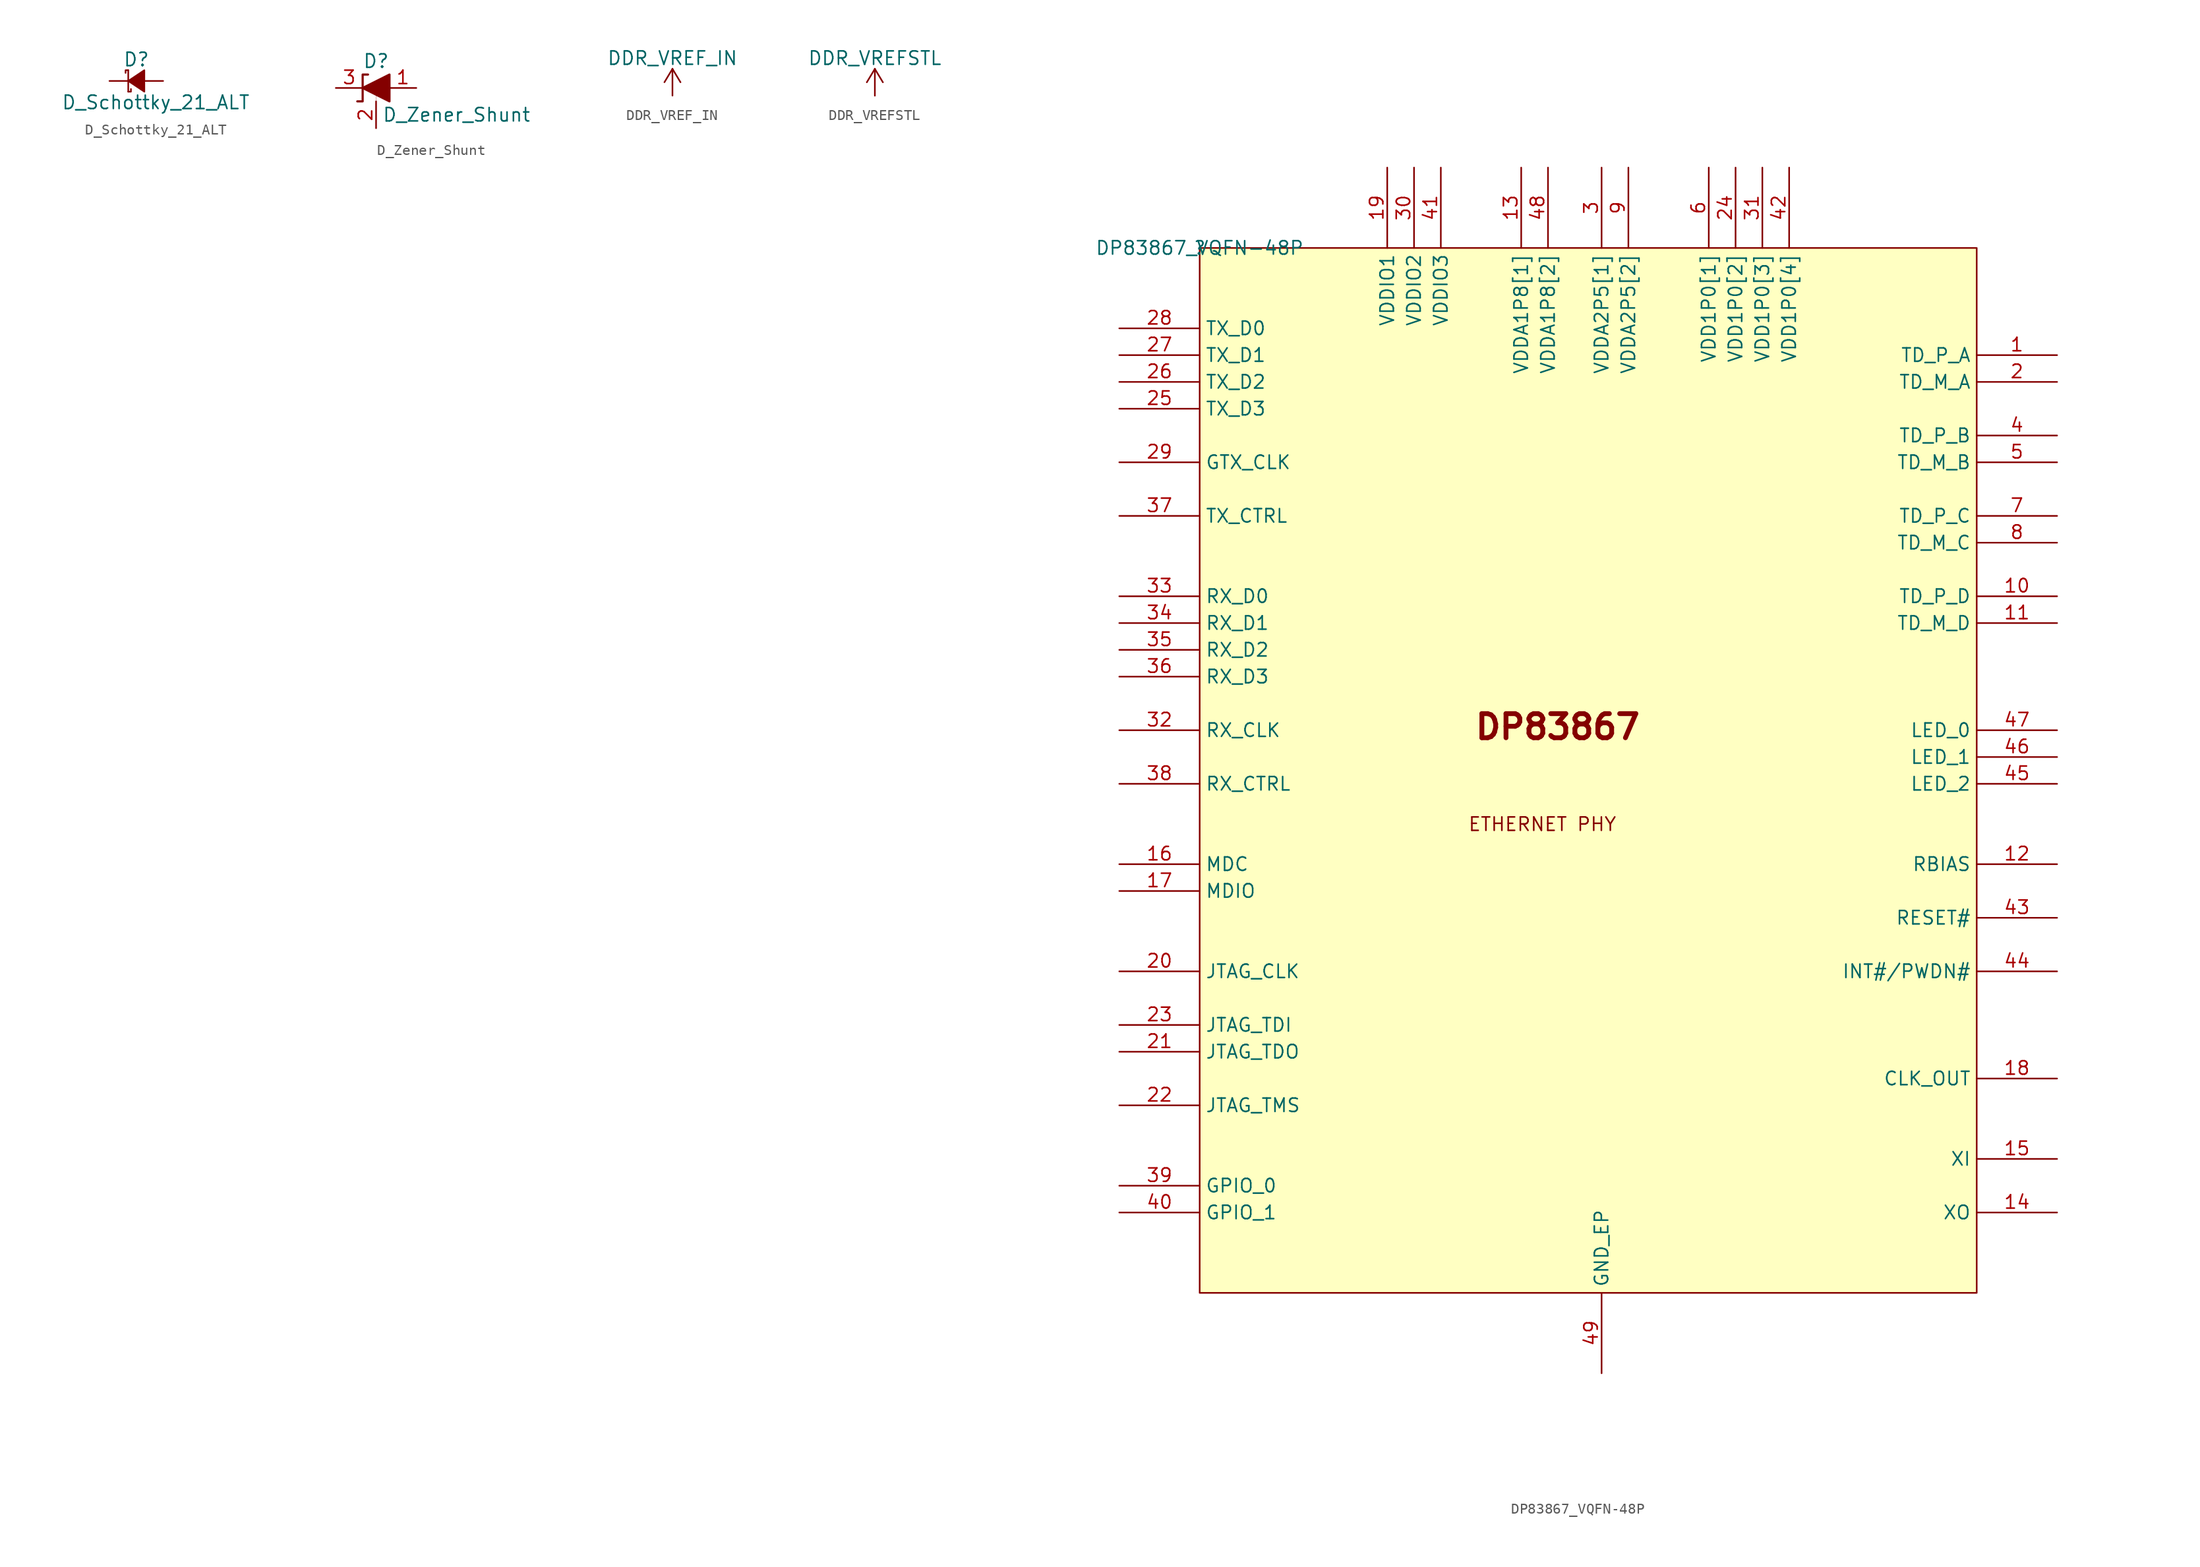
<source format=kicad_sym>
(kicad_symbol_lib
  (version 20201005)
  (generator kicad_symbol_editor)
  (symbol "beaglebone-ai:D_Schottky_21_ALT"
    (pin_numbers hide)
    (pin_names
      (offset 0.254) hide)
    (property "Reference" "D"
      (at -1.27 2.032 0)
      (effects (font (size 1.27 1.27)) (justify left)))
    (property "Value" "D_Schottky_21_ALT"
      (at -7.112 -2.032 0)
      (effects (font (size 1.27 1.27)) (justify left)))
    (symbol "D_Schottky_21_ALT_0_1"
      (polyline (pts (xy -0.762 -1.016) (xy -0.762 1.016)) (stroke (width 0)) (fill (type none)))
      (polyline (pts (xy -0.762 0) (xy 0.762 0)) (stroke (width 0)) (fill (type none)))
      (polyline (pts (xy -0.762 -1.016) (xy -0.508 -1.016) (xy -0.508 -0.762)) (stroke (width 0)) (fill (type none)))
      (polyline (pts (xy -0.762 1.016) (xy -1.016 1.016) (xy -1.016 0.762)) (stroke (width 0)) (fill (type none)))
      (polyline (pts (xy 0.762 -1.016) (xy -0.762 0) (xy 0.762 1.016) (xy 0.762 -1.016)) (stroke (width 0)) (fill (type outline))))
    (symbol "D_Schottky_21_ALT_1_1"
      (pin passive line (at -2.54 0 0) (length 1.778) (name "K" (effects (font (size 1.27 1.27)))) (number "2" (effects (font (size 1.27 1.27)))))
      (pin passive line (at 2.54 0 180) (length 1.778) (name "A" (effects (font (size 1.27 1.27)))) (number "1" (effects (font (size 1.27 1.27)))))))
  (symbol "beaglebone-ai:D_Zener_Shunt"
    (pin_names
      (offset 1.016) hide)
    (property "Reference" "D"
      (at 0 2.54 0)
      (effects (font (size 1.27 1.27))))
    (property "Value" "D_Zener_Shunt"
      (at 7.62 -2.54 0)
      (effects (font (size 1.27 1.27))))
    (symbol "D_Zener_Shunt_0_1"
      (polyline (pts (xy 1.27 0) (xy -1.27 0)) (stroke (width 0)) (fill (type none)))
      (polyline (pts (xy -1.778 -1.27) (xy -1.27 -1.27) (xy -1.27 1.27) (xy -0.762 1.27)) (stroke (width 0.203)) (fill (type none)))
      (polyline (pts (xy 1.27 -1.27) (xy 1.27 1.27) (xy -1.27 0) (xy 1.27 -1.27)) (stroke (width 0.203)) (fill (type outline)))
      (polyline (pts (xy 0 -1.27) (xy 0 0)) (stroke (width 0.001)) (fill (type none))))
    (symbol "D_Zener_Shunt_1_1"
      (pin passive line (at -3.81 0 0) (length 2.54) (name "K" (effects (font (size 1.27 1.27)))) (number "3" (effects (font (size 1.27 1.27)))))
      (pin passive line (at 3.81 0 180) (length 2.54) (name "A" (effects (font (size 1.27 1.27)))) (number "1" (effects (font (size 1.27 1.27)))))
      (pin passive line (at 0 -3.81 90) (length 2.54) (name "REF" (effects (font (size 1.27 1.27)))) (number "2" (effects (font (size 1.27 1.27)))))))
  (symbol "beaglebone-ai:DDR_VREF_IN"
    (power)
    (pin_names
      (offset 0))
    (property "Reference" "#PWR"
      (at 0 -3.81 0)
      (effects (font (size 1.27 1.27)) hide))
    (property "Value" "DDR_VREF_IN"
      (at 0 3.556 0)
      (effects (font (size 1.27 1.27))))
    (symbol "DDR_VREF_IN_0_1"
      (polyline (pts (xy -0.762 1.27) (xy 0 2.54)) (stroke (width 0)) (fill (type none)))
      (polyline (pts (xy 0 0) (xy 0 2.54)) (stroke (width 0)) (fill (type none)))
      (polyline (pts (xy 0 2.54) (xy 0.762 1.27)) (stroke (width 0)) (fill (type none))))
    (symbol "DDR_VREF_IN_1_1"
      (pin power_in line (at 0 0 90) (length 0) hide (name "VDD_VREF_IN" (effects (font (size 1.27 1.27)))) (number "1" (effects (font (size 1.27 1.27)))))))
  (symbol "beaglebone-ai:DDR_VREFSTL"
    (power)
    (pin_names
      (offset 0))
    (property "Reference" "#PWR"
      (at 0 -3.81 0)
      (effects (font (size 1.27 1.27)) hide))
    (property "Value" "DDR_VREFSTL"
      (at 0 3.556 0)
      (effects (font (size 1.27 1.27))))
    (symbol "DDR_VREFSTL_0_1"
      (polyline (pts (xy -0.762 1.27) (xy 0 2.54)) (stroke (width 0)) (fill (type none)))
      (polyline (pts (xy 0 0) (xy 0 2.54)) (stroke (width 0)) (fill (type none)))
      (polyline (pts (xy 0 2.54) (xy 0.762 1.27)) (stroke (width 0)) (fill (type none))))
    (symbol "DDR_VREFSTL_1_1"
      (pin power_in line (at 0 0 90) (length 0) hide (name "DDR_VREFSTL" (effects (font (size 1.27 1.27)))) (number "1" (effects (font (size 1.27 1.27)))))))
  (symbol "beaglebone-ai:DP83867_VQFN-48P"
    (property "Reference" ""
      (at 0 0 0)
      (effects (font (size 1.27 1.27))))
    (property "Value" "DP83867_VQFN-48P"
      (at 0 0 0)
      (effects (font (size 1.27 1.27))))
    (symbol "DP83867_VQFN-48P_1_0"
      (text "DP83867" (at 25.908 -46.736 0) (effects (font (size 2.286 2.286) bold) (justify left bottom)))
      (text "ETHERNET PHY" (at 25.4 -55.372 0) (effects (font (size 1.27 1.27)) (justify left bottom)))
      (rectangle (start 73.66 0) (end 0 -99.06) (stroke (width 0)) (fill (type background)))
      (pin input line (at -7.62 -15.24 0) (length 7.62) (name "TX_D3" (effects (font (size 1.27 1.27)))) (number "25" (effects (font (size 1.27 1.27)))))
      (pin input line (at -7.62 -12.7 0) (length 7.62) (name "TX_D2" (effects (font (size 1.27 1.27)))) (number "26" (effects (font (size 1.27 1.27)))))
      (pin input line (at -7.62 -10.16 0) (length 7.62) (name "TX_D1" (effects (font (size 1.27 1.27)))) (number "27" (effects (font (size 1.27 1.27)))))
      (pin input line (at -7.62 -7.62 0) (length 7.62) (name "TX_D0" (effects (font (size 1.27 1.27)))) (number "28" (effects (font (size 1.27 1.27)))))
      (pin input line (at -7.62 -20.32 0) (length 7.62) (name "GTX_CLK" (effects (font (size 1.27 1.27)))) (number "29" (effects (font (size 1.27 1.27)))))
      (pin output line (at -7.62 -45.72 0) (length 7.62) (name "RX_CLK" (effects (font (size 1.27 1.27)))) (number "32" (effects (font (size 1.27 1.27)))))
      (pin input line (at -7.62 -25.4 0) (length 7.62) (name "TX_CTRL" (effects (font (size 1.27 1.27)))) (number "37" (effects (font (size 1.27 1.27)))))
      (pin output line (at -7.62 -50.8 0) (length 7.62) (name "RX_CTRL" (effects (font (size 1.27 1.27)))) (number "38" (effects (font (size 1.27 1.27)))))
      (pin input line (at 81.28 -86.36 180) (length 7.62) (name "XI" (effects (font (size 1.27 1.27)))) (number "15" (effects (font (size 1.27 1.27)))))
      (pin output line (at 81.28 -91.44 180) (length 7.62) (name "XO" (effects (font (size 1.27 1.27)))) (number "14" (effects (font (size 1.27 1.27)))))
      (pin output line (at 81.28 -78.74 180) (length 7.62) (name "CLK_OUT" (effects (font (size 1.27 1.27)))) (number "18" (effects (font (size 1.27 1.27)))))
      (pin bidirectional line (at 81.28 -50.8 180) (length 7.62) (name "LED_2" (effects (font (size 1.27 1.27)))) (number "45" (effects (font (size 1.27 1.27)))))
      (pin bidirectional line (at 81.28 -48.26 180) (length 7.62) (name "LED_1" (effects (font (size 1.27 1.27)))) (number "46" (effects (font (size 1.27 1.27)))))
      (pin bidirectional line (at 81.28 -45.72 180) (length 7.62) (name "LED_0" (effects (font (size 1.27 1.27)))) (number "47" (effects (font (size 1.27 1.27)))))
      (pin power_in line (at 17.78 7.62 270) (length 7.62) (name "VDDIO1" (effects (font (size 1.27 1.27)))) (number "19" (effects (font (size 1.27 1.27)))))
      (pin power_in line (at 20.32 7.62 270) (length 7.62) (name "VDDIO2" (effects (font (size 1.27 1.27)))) (number "30" (effects (font (size 1.27 1.27)))))
      (pin power_in line (at 22.86 7.62 270) (length 7.62) (name "VDDIO3" (effects (font (size 1.27 1.27)))) (number "41" (effects (font (size 1.27 1.27)))))
      (pin power_in line (at 38.1 7.62 270) (length 7.62) (name "VDDA2P5[1]" (effects (font (size 1.27 1.27)))) (number "3" (effects (font (size 1.27 1.27)))))
      (pin power_in line (at 40.64 7.62 270) (length 7.62) (name "VDDA2P5[2]" (effects (font (size 1.27 1.27)))) (number "9" (effects (font (size 1.27 1.27)))))
      (pin power_in line (at 38.1 -106.68 90) (length 7.62) (name "GND_EP" (effects (font (size 1.27 1.27)))) (number "49" (effects (font (size 1.27 1.27)))))
      (pin power_in line (at 30.48 7.62 270) (length 7.62) (name "VDDA1P8[1]" (effects (font (size 1.27 1.27)))) (number "13" (effects (font (size 1.27 1.27)))))
      (pin power_in line (at 33.02 7.62 270) (length 7.62) (name "VDDA1P8[2]" (effects (font (size 1.27 1.27)))) (number "48" (effects (font (size 1.27 1.27)))))
      (pin power_in line (at 48.26 7.62 270) (length 7.62) (name "VDD1P0[1]" (effects (font (size 1.27 1.27)))) (number "6" (effects (font (size 1.27 1.27)))))
      (pin power_in line (at 50.8 7.62 270) (length 7.62) (name "VDD1P0[2]" (effects (font (size 1.27 1.27)))) (number "24" (effects (font (size 1.27 1.27)))))
      (pin power_in line (at 53.34 7.62 270) (length 7.62) (name "VDD1P0[3]" (effects (font (size 1.27 1.27)))) (number "31" (effects (font (size 1.27 1.27)))))
      (pin power_in line (at 55.88 7.62 270) (length 7.62) (name "VDD1P0[4]" (effects (font (size 1.27 1.27)))) (number "42" (effects (font (size 1.27 1.27)))))
      (pin output line (at -7.62 -33.02 0) (length 7.62) (name "RX_D0" (effects (font (size 1.27 1.27)))) (number "33" (effects (font (size 1.27 1.27)))))
      (pin output line (at -7.62 -35.56 0) (length 7.62) (name "RX_D1" (effects (font (size 1.27 1.27)))) (number "34" (effects (font (size 1.27 1.27)))))
      (pin output line (at -7.62 -38.1 0) (length 7.62) (name "RX_D2" (effects (font (size 1.27 1.27)))) (number "35" (effects (font (size 1.27 1.27)))))
      (pin output line (at -7.62 -40.64 0) (length 7.62) (name "RX_D3" (effects (font (size 1.27 1.27)))) (number "36" (effects (font (size 1.27 1.27)))))
      (pin passive line (at 81.28 -10.16 180) (length 7.62) (name "TD_P_A" (effects (font (size 1.27 1.27)))) (number "1" (effects (font (size 1.27 1.27)))))
      (pin passive line (at 81.28 -12.7 180) (length 7.62) (name "TD_M_A" (effects (font (size 1.27 1.27)))) (number "2" (effects (font (size 1.27 1.27)))))
      (pin passive line (at 81.28 -17.78 180) (length 7.62) (name "TD_P_B" (effects (font (size 1.27 1.27)))) (number "4" (effects (font (size 1.27 1.27)))))
      (pin passive line (at 81.28 -20.32 180) (length 7.62) (name "TD_M_B" (effects (font (size 1.27 1.27)))) (number "5" (effects (font (size 1.27 1.27)))))
      (pin passive line (at 81.28 -25.4 180) (length 7.62) (name "TD_P_C" (effects (font (size 1.27 1.27)))) (number "7" (effects (font (size 1.27 1.27)))))
      (pin passive line (at 81.28 -27.94 180) (length 7.62) (name "TD_M_C" (effects (font (size 1.27 1.27)))) (number "8" (effects (font (size 1.27 1.27)))))
      (pin passive line (at 81.28 -33.02 180) (length 7.62) (name "TD_P_D" (effects (font (size 1.27 1.27)))) (number "10" (effects (font (size 1.27 1.27)))))
      (pin passive line (at 81.28 -35.56 180) (length 7.62) (name "TD_M_D" (effects (font (size 1.27 1.27)))) (number "11" (effects (font (size 1.27 1.27)))))
      (pin input line (at -7.62 -58.42 0) (length 7.62) (name "MDC" (effects (font (size 1.27 1.27)))) (number "16" (effects (font (size 1.27 1.27)))))
      (pin bidirectional line (at -7.62 -60.96 0) (length 7.62) (name "MDIO" (effects (font (size 1.27 1.27)))) (number "17" (effects (font (size 1.27 1.27)))))
      (pin input line (at -7.62 -68.58 0) (length 7.62) (name "JTAG_CLK" (effects (font (size 1.27 1.27)))) (number "20" (effects (font (size 1.27 1.27)))))
      (pin input line (at -7.62 -73.66 0) (length 7.62) (name "JTAG_TDI" (effects (font (size 1.27 1.27)))) (number "23" (effects (font (size 1.27 1.27)))))
      (pin output line (at -7.62 -76.2 0) (length 7.62) (name "JTAG_TDO" (effects (font (size 1.27 1.27)))) (number "21" (effects (font (size 1.27 1.27)))))
      (pin input line (at -7.62 -81.28 0) (length 7.62) (name "JTAG_TMS" (effects (font (size 1.27 1.27)))) (number "22" (effects (font (size 1.27 1.27)))))
      (pin passive line (at 81.28 -58.42 180) (length 7.62) (name "RBIAS" (effects (font (size 1.27 1.27)))) (number "12" (effects (font (size 1.27 1.27)))))
      (pin input line (at 81.28 -63.5 180) (length 7.62) (name "RESET#" (effects (font (size 1.27 1.27)))) (number "43" (effects (font (size 1.27 1.27)))))
      (pin bidirectional line (at 81.28 -68.58 180) (length 7.62) (name "INT#/PWDN#" (effects (font (size 1.27 1.27)))) (number "44" (effects (font (size 1.27 1.27)))))
      (pin bidirectional line (at -7.62 -88.9 0) (length 7.62) (name "GPIO_0" (effects (font (size 1.27 1.27)))) (number "39" (effects (font (size 1.27 1.27)))))
      (pin bidirectional line (at -7.62 -91.44 0) (length 7.62) (name "GPIO_1" (effects (font (size 1.27 1.27)))) (number "40" (effects (font (size 1.27 1.27))))))))
</source>
